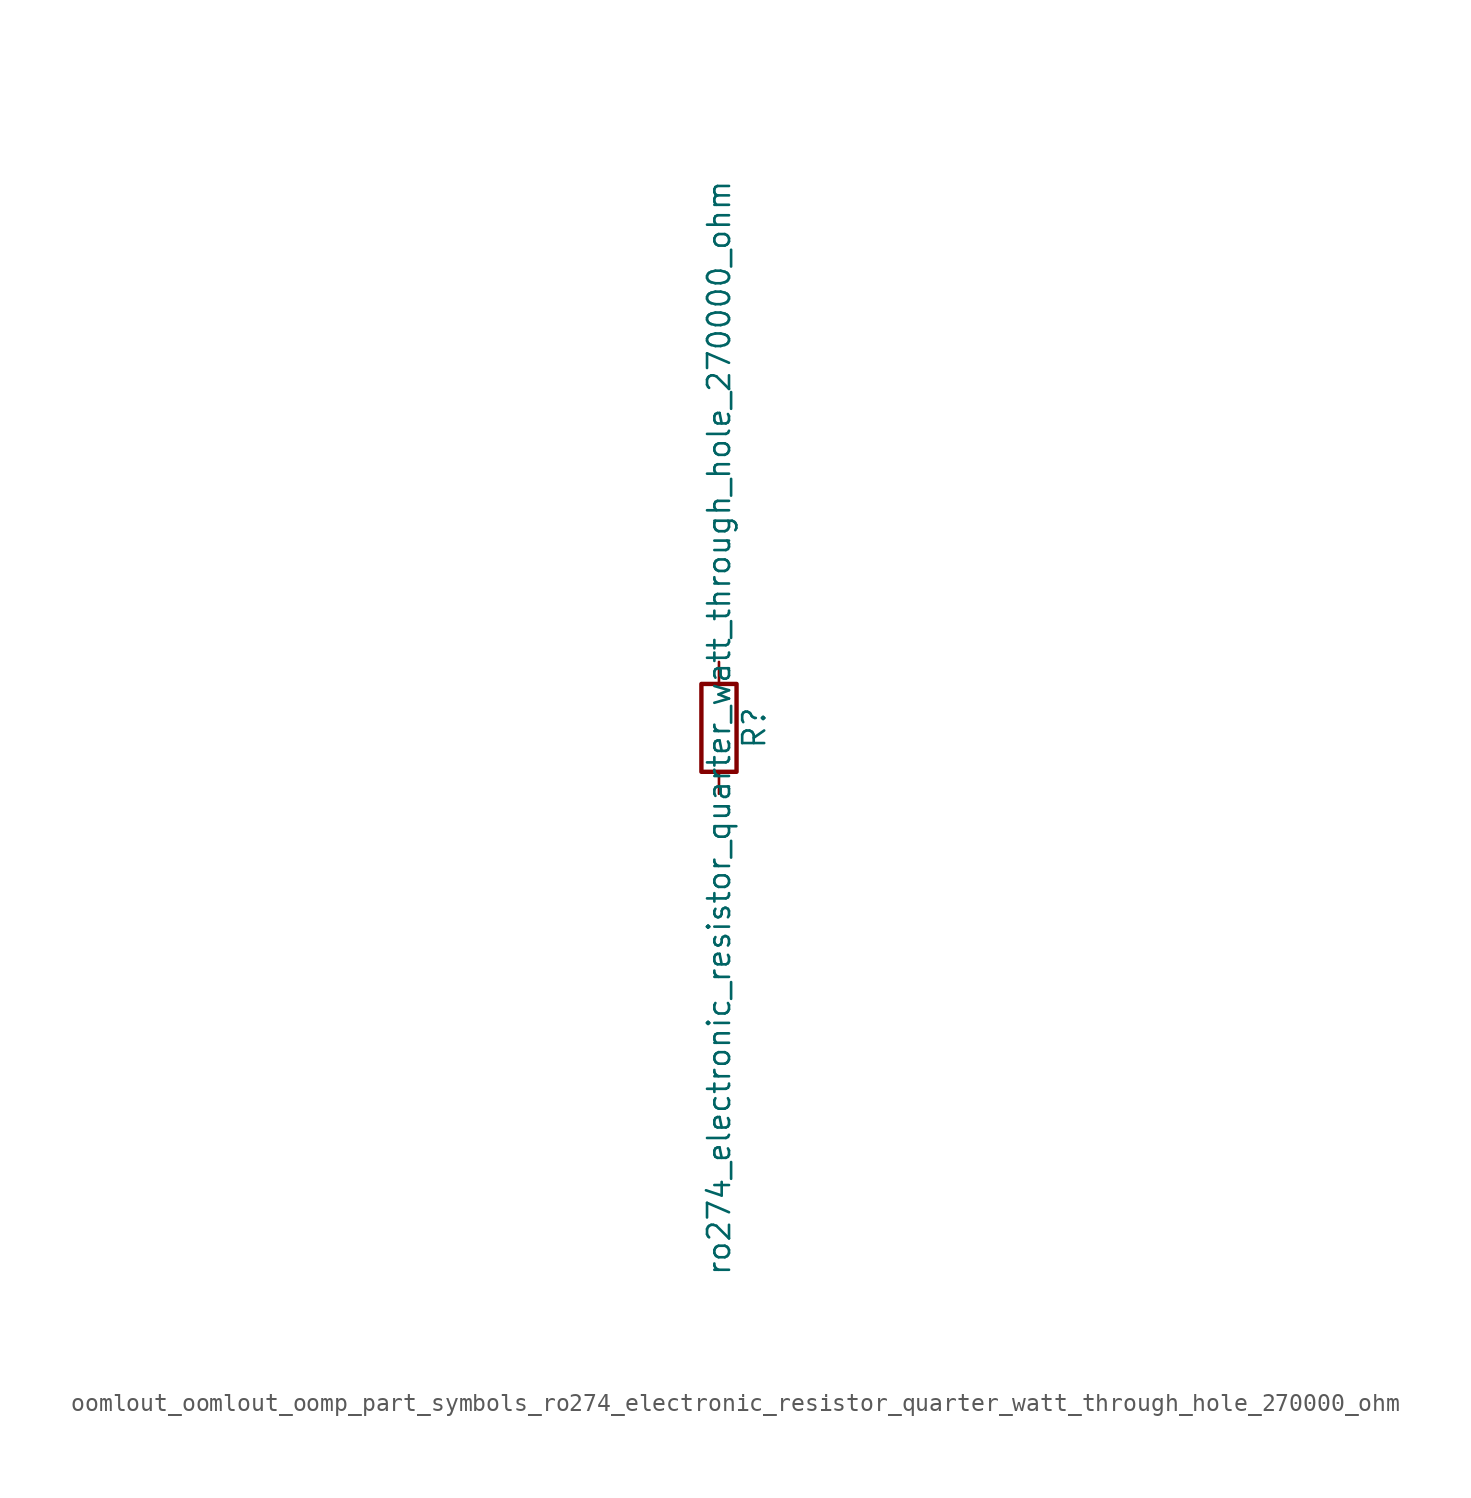
<source format=kicad_sym>
(kicad_symbol_lib
  (version 20220914)
  (generator kicad_symbol_editor)
  (symbol "oomlout_oomlout_oomp_part_symbols_ro274_electronic_resistor_quarter_watt_through_hole_270000_ohm"
    (pin_numbers hide)
    (pin_names
      (offset 0))
    (property "Reference" "R"
      (at 2.032 0 90)
      (effects (font (size 1.27 1.27))))
    (property "Value" "ro274_electronic_resistor_quarter_watt_through_hole_270000_ohm"
      (at 0 0 90)
      (effects (font (size 1.27 1.27))))
    (symbol "oomlout_oomlout_oomp_part_symbols_ro274_electronic_resistor_quarter_watt_through_hole_270000_ohm_0_1"
      (rectangle (start -1.016 -2.54) (end 1.016 2.54) (stroke (width 0.254) (type default)) (fill (type none))))
    (symbol "oomlout_oomlout_oomp_part_symbols_ro274_electronic_resistor_quarter_watt_through_hole_270000_ohm_1_1"
      (pin passive line (at 0 3.81 270) (length 1.27) (name "~" (effects (font (size 1.27 1.27)))) (number "1" (effects (font (size 1.27 1.27)))))
      (pin passive line (at 0 -3.81 90) (length 1.27) (name "~" (effects (font (size 1.27 1.27)))) (number "2" (effects (font (size 1.27 1.27))))))))
</source>
